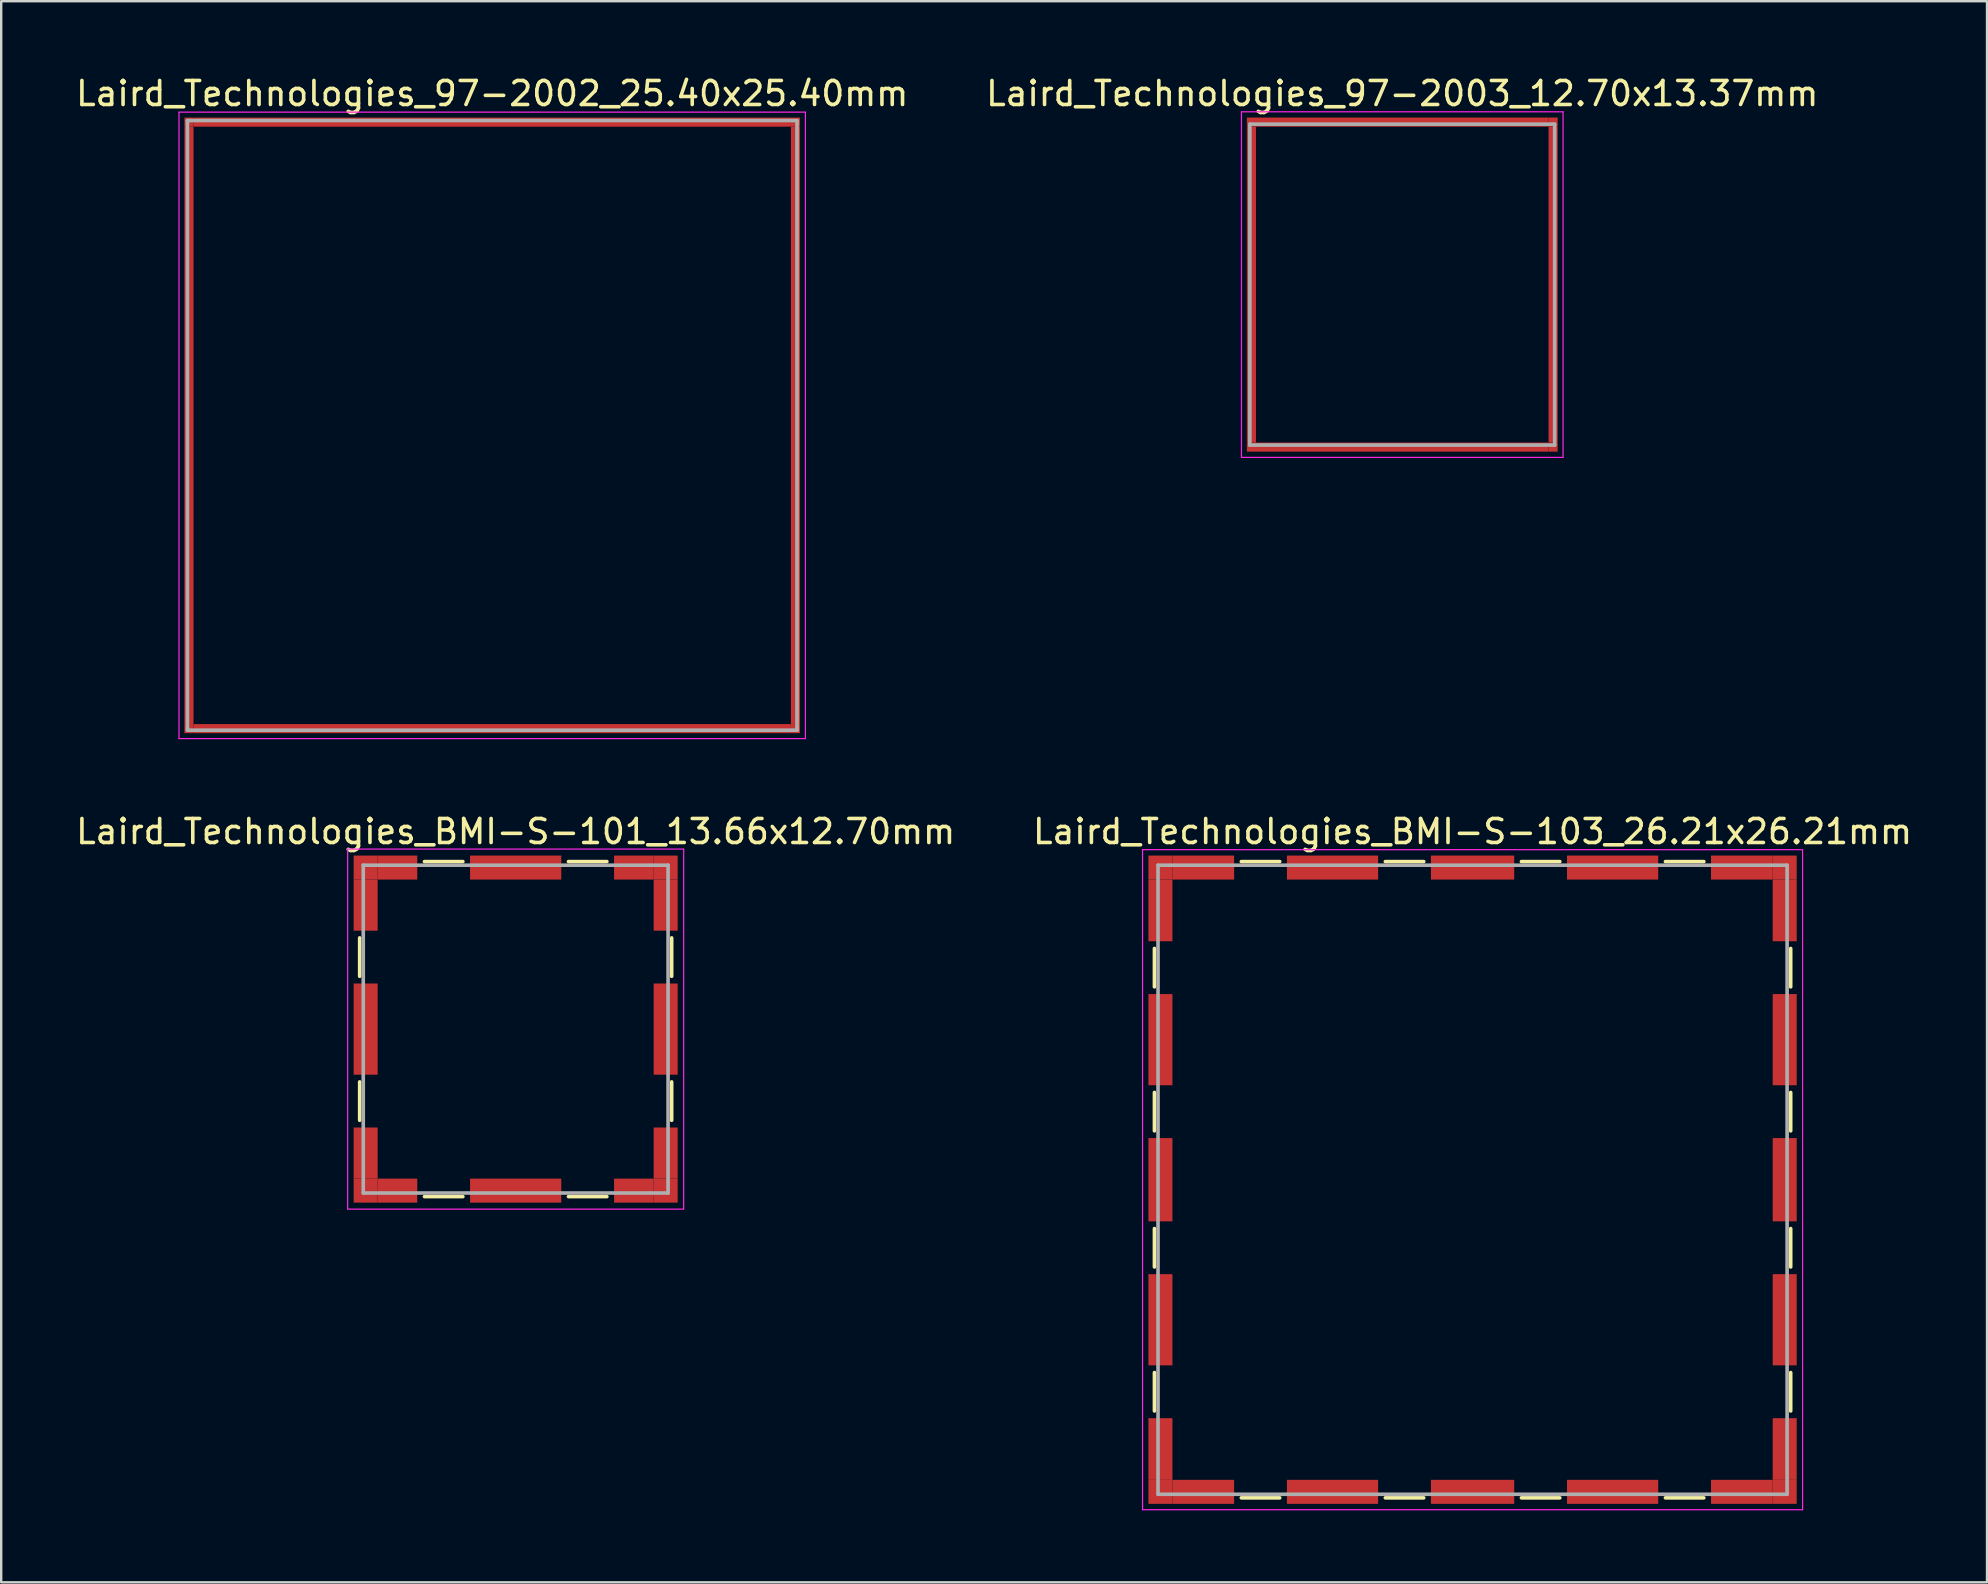
<source format=kicad_pcb>
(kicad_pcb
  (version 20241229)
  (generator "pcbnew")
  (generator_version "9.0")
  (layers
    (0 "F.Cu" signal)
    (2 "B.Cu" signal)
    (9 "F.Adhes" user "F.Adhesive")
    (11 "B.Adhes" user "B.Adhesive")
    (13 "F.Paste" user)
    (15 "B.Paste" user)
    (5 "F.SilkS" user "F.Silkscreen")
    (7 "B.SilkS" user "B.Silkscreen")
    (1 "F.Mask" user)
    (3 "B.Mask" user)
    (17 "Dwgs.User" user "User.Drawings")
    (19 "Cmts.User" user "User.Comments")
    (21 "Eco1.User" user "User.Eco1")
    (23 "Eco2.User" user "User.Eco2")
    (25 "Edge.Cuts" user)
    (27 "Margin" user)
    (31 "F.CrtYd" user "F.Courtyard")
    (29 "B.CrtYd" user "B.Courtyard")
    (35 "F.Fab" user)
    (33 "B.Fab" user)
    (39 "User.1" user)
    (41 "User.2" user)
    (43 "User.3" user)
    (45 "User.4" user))
  (footprint "Laird_Technologies_97-2002_25.40x25.40mm"
    (layer "F.Cu")
    (at 17.458 14.673)
    (property "Reference" "Laird_Technologies_97-2002_25.40x25.40mm" (at 0 -13.825 0) (layer "F.SilkS") (effects (font (size 1 1) (thickness 0.15))))
    (attr smd)
    (fp_line (start -13.05 -13.05) (end -13.05 13.05) (stroke (width 0.05) (type solid)) (layer "F.CrtYd"))
    (fp_line (start -13.05 13.05) (end 13.05 13.05) (stroke (width 0.05) (type solid)) (layer "F.CrtYd"))
    (fp_line (start 13.05 -13.05) (end -13.05 -13.05) (stroke (width 0.05) (type solid)) (layer "F.CrtYd"))
    (fp_line (start 13.05 13.05) (end 13.05 -13.05) (stroke (width 0.05) (type solid)) (layer "F.CrtYd"))
    (fp_line (start -12.7 -12.7) (end -12.7 12.7) (stroke (width 0.15) (type solid)) (layer "F.Fab"))
    (fp_line (start -12.7 12.7) (end 12.7 12.7) (stroke (width 0.15) (type solid)) (layer "F.Fab"))
    (fp_line (start 12.7 -12.7) (end -12.7 -12.7) (stroke (width 0.15) (type solid)) (layer "F.Fab"))
    (fp_line (start 12.7 12.7) (end 12.7 -12.7) (stroke (width 0.15) (type solid)) (layer "F.Fab"))
    (pad "1" smd rect (at -12.635 -12.635) (size 0.38 0.38) (layers "F.Cu" "F.Mask"))
    (pad "1" smd rect (at -12.635 0) (size 0.38 24.89) (layers "F.Cu" "F.Mask"))
    (pad "1" smd rect (at -12.635 12.635) (size 0.38 0.38) (layers "F.Cu" "F.Mask"))
    (pad "1" smd rect (at 0 -12.635) (size 24.89 0.38) (layers "F.Cu" "F.Mask"))
    (pad "1" smd rect (at 0 12.635) (size 24.89 0.38) (layers "F.Cu" "F.Mask"))
    (pad "1" smd rect (at 12.635 -12.635) (size 0.38 0.38) (layers "F.Cu" "F.Mask"))
    (pad "1" smd rect (at 12.635 0) (size 0.38 24.89) (layers "F.Cu" "F.Mask"))
    (pad "1" smd rect (at 12.635 12.635) (size 0.38 0.38) (layers "F.Cu" "F.Mask")))
  (footprint "Laird_Technologies_BMI-S-101_13.66x12.70mm"
    (layer "F.Cu")
    (at 18.435 39.827)
    (property "Reference" "Laird_Technologies_BMI-S-101_13.66x12.70mm" (at 0 -8.23 0) (layer "F.SilkS") (effects (font (size 1 1) (thickness 0.15))))
    (attr smd)
    (fp_line (start -6.5 -3.8) (end -6.5 -2.2) (stroke (width 0.15) (type solid)) (layer "F.SilkS"))
    (fp_line (start -6.5 2.2) (end -6.5 3.8) (stroke (width 0.15) (type solid)) (layer "F.SilkS"))
    (fp_line (start -3.8 -6.98) (end -2.2 -6.98) (stroke (width 0.15) (type solid)) (layer "F.SilkS"))
    (fp_line (start -3.8 6.98) (end -2.2 6.98) (stroke (width 0.15) (type solid)) (layer "F.SilkS"))
    (fp_line (start 2.2 -6.98) (end 3.8 -6.98) (stroke (width 0.15) (type solid)) (layer "F.SilkS"))
    (fp_line (start 2.2 6.98) (end 3.8 6.98) (stroke (width 0.15) (type solid)) (layer "F.SilkS"))
    (fp_line (start 6.5 -3.8) (end 6.5 -2.2) (stroke (width 0.15) (type solid)) (layer "F.SilkS"))
    (fp_line (start 6.5 2.2) (end 6.5 3.8) (stroke (width 0.15) (type solid)) (layer "F.SilkS"))
    (fp_line (start -7 -7.5) (end -7 7.5) (stroke (width 0.05) (type solid)) (layer "F.CrtYd"))
    (fp_line (start -7 7.5) (end 7 7.5) (stroke (width 0.05) (type solid)) (layer "F.CrtYd"))
    (fp_line (start 7 -7.5) (end -7 -7.5) (stroke (width 0.05) (type solid)) (layer "F.CrtYd"))
    (fp_line (start 7 7.5) (end 7 -7.5) (stroke (width 0.05) (type solid)) (layer "F.CrtYd"))
    (fp_line (start -6.35 -6.83) (end -6.35 6.83) (stroke (width 0.15) (type solid)) (layer "F.Fab"))
    (fp_line (start -6.35 6.83) (end 6.35 6.83) (stroke (width 0.15) (type solid)) (layer "F.Fab"))
    (fp_line (start 6.35 -6.83) (end -6.35 -6.83) (stroke (width 0.15) (type solid)) (layer "F.Fab"))
    (fp_line (start 6.35 6.83) (end 6.35 -6.83) (stroke (width 0.15) (type solid)) (layer "F.Fab"))
    (pad "1" smd rect (at -6.25 -6.73) (size 1 1) (layers "F.Cu" "F.Mask"))
    (pad "1" smd rect (at -6.25 -5.165) (size 1 2.13) (layers "F.Cu" "F.Mask"))
    (pad "1" smd rect (at -6.25 0) (size 1 3.8) (layers "F.Cu" "F.Mask"))
    (pad "1" smd rect (at -6.25 5.165) (size 1 2.13) (layers "F.Cu" "F.Mask"))
    (pad "1" smd rect (at -6.25 6.73) (size 1 1) (layers "F.Cu" "F.Mask"))
    (pad "1" smd rect (at -4.925 -6.73) (size 1.65 1) (layers "F.Cu" "F.Mask"))
    (pad "1" smd rect (at -4.925 6.73) (size 1.65 1) (layers "F.Cu" "F.Mask"))
    (pad "1" smd rect (at 0 -6.73) (size 3.8 1) (layers "F.Cu" "F.Mask"))
    (pad "1" smd rect (at 0 6.73) (size 3.8 1) (layers "F.Cu" "F.Mask"))
    (pad "1" smd rect (at 4.925 -6.73) (size 1.65 1) (layers "F.Cu" "F.Mask"))
    (pad "1" smd rect (at 4.925 6.73) (size 1.65 1) (layers "F.Cu" "F.Mask"))
    (pad "1" smd rect (at 6.25 -6.73) (size 1 1) (layers "F.Cu" "F.Mask"))
    (pad "1" smd rect (at 6.25 -5.165) (size 1 2.13) (layers "F.Cu" "F.Mask"))
    (pad "1" smd rect (at 6.25 0) (size 1 3.8) (layers "F.Cu" "F.Mask"))
    (pad "1" smd rect (at 6.25 5.165) (size 1 2.13) (layers "F.Cu" "F.Mask"))
    (pad "1" smd rect (at 6.25 6.73) (size 1 1) (layers "F.Cu" "F.Mask")))
  (footprint "Laird_Technologies_BMI-S-103_26.21x26.21mm"
    (layer "F.Cu")
    (at 58.304 46.102)
    (property "Reference" "Laird_Technologies_BMI-S-103_26.21x26.21mm" (at 0 -14.505 0) (layer "F.SilkS") (effects (font (size 1 1) (thickness 0.15))))
    (attr smd)
    (fp_line (start -13.255 -9.635) (end -13.255 -8.035) (stroke (width 0.15) (type solid)) (layer "F.SilkS"))
    (fp_line (start -13.255 -3.635) (end -13.255 -2.035) (stroke (width 0.15) (type solid)) (layer "F.SilkS"))
    (fp_line (start -13.255 2.035) (end -13.255 3.635) (stroke (width 0.15) (type solid)) (layer "F.SilkS"))
    (fp_line (start -13.255 8.035) (end -13.255 9.635) (stroke (width 0.15) (type solid)) (layer "F.SilkS"))
    (fp_line (start -9.635 -13.255) (end -8.035 -13.255) (stroke (width 0.15) (type solid)) (layer "F.SilkS"))
    (fp_line (start -9.635 13.255) (end -8.035 13.255) (stroke (width 0.15) (type solid)) (layer "F.SilkS"))
    (fp_line (start -3.635 -13.255) (end -2.035 -13.255) (stroke (width 0.15) (type solid)) (layer "F.SilkS"))
    (fp_line (start -3.635 13.255) (end -2.035 13.255) (stroke (width 0.15) (type solid)) (layer "F.SilkS"))
    (fp_line (start 2.035 -13.255) (end 3.635 -13.255) (stroke (width 0.15) (type solid)) (layer "F.SilkS"))
    (fp_line (start 2.035 13.255) (end 3.635 13.255) (stroke (width 0.15) (type solid)) (layer "F.SilkS"))
    (fp_line (start 8.035 -13.255) (end 9.635 -13.255) (stroke (width 0.15) (type solid)) (layer "F.SilkS"))
    (fp_line (start 8.035 13.255) (end 9.635 13.255) (stroke (width 0.15) (type solid)) (layer "F.SilkS"))
    (fp_line (start 13.255 -9.635) (end 13.255 -8.035) (stroke (width 0.15) (type solid)) (layer "F.SilkS"))
    (fp_line (start 13.255 -3.635) (end 13.255 -2.035) (stroke (width 0.15) (type solid)) (layer "F.SilkS"))
    (fp_line (start 13.255 2.035) (end 13.255 3.635) (stroke (width 0.15) (type solid)) (layer "F.SilkS"))
    (fp_line (start 13.255 8.035) (end 13.255 9.635) (stroke (width 0.15) (type solid)) (layer "F.SilkS"))
    (fp_line (start -13.75 -13.75) (end -13.75 13.75) (stroke (width 0.05) (type solid)) (layer "F.CrtYd"))
    (fp_line (start -13.75 13.75) (end 13.75 13.75) (stroke (width 0.05) (type solid)) (layer "F.CrtYd"))
    (fp_line (start 13.75 -13.75) (end -13.75 -13.75) (stroke (width 0.05) (type solid)) (layer "F.CrtYd"))
    (fp_line (start 13.75 13.75) (end 13.75 -13.75) (stroke (width 0.05) (type solid)) (layer "F.CrtYd"))
    (fp_line (start -13.105 -13.105) (end -13.105 13.105) (stroke (width 0.15) (type solid)) (layer "F.Fab"))
    (fp_line (start -13.105 13.105) (end 13.105 13.105) (stroke (width 0.15) (type solid)) (layer "F.Fab"))
    (fp_line (start 13.105 -13.105) (end -13.105 -13.105) (stroke (width 0.15) (type solid)) (layer "F.Fab"))
    (fp_line (start 13.105 13.105) (end 13.105 -13.105) (stroke (width 0.15) (type solid)) (layer "F.Fab"))
    (pad "1" smd rect (at -13.005 -13.005) (size 1 1) (layers "F.Cu" "F.Mask"))
    (pad "1" smd rect (at -13.005 -11.22) (size 1 2.57) (layers "F.Cu" "F.Mask"))
    (pad "1" smd rect (at -13.005 -5.835) (size 1 3.8) (layers "F.Cu" "F.Mask"))
    (pad "1" smd rect (at -13.005 0) (size 1 3.47) (layers "F.Cu" "F.Mask"))
    (pad "1" smd rect (at -13.005 5.835) (size 1 3.8) (layers "F.Cu" "F.Mask"))
    (pad "1" smd rect (at -13.005 11.22) (size 1 2.57) (layers "F.Cu" "F.Mask"))
    (pad "1" smd rect (at -13.005 13.005) (size 1 1) (layers "F.Cu" "F.Mask"))
    (pad "1" smd rect (at -11.22 -13.005) (size 2.57 1) (layers "F.Cu" "F.Mask"))
    (pad "1" smd rect (at -11.22 13.005) (size 2.57 1) (layers "F.Cu" "F.Mask"))
    (pad "1" smd rect (at -5.835 -13.005) (size 3.8 1) (layers "F.Cu" "F.Mask"))
    (pad "1" smd rect (at -5.835 13.005) (size 3.8 1) (layers "F.Cu" "F.Mask"))
    (pad "1" smd rect (at 0 -13.005) (size 3.47 1) (layers "F.Cu" "F.Mask"))
    (pad "1" smd rect (at 0 13.005) (size 3.47 1) (layers "F.Cu" "F.Mask"))
    (pad "1" smd rect (at 5.835 -13.005) (size 3.8 1) (layers "F.Cu" "F.Mask"))
    (pad "1" smd rect (at 5.835 13.005) (size 3.8 1) (layers "F.Cu" "F.Mask"))
    (pad "1" smd rect (at 11.22 -13.005) (size 2.57 1) (layers "F.Cu" "F.Mask"))
    (pad "1" smd rect (at 11.22 13.005) (size 2.57 1) (layers "F.Cu" "F.Mask"))
    (pad "1" smd rect (at 13.005 -13.005) (size 1 1) (layers "F.Cu" "F.Mask"))
    (pad "1" smd rect (at 13.005 -11.22) (size 1 2.57) (layers "F.Cu" "F.Mask"))
    (pad "1" smd rect (at 13.005 -5.835) (size 1 3.8) (layers "F.Cu" "F.Mask"))
    (pad "1" smd rect (at 13.005 0) (size 1 3.47) (layers "F.Cu" "F.Mask"))
    (pad "1" smd rect (at 13.005 5.835) (size 1 3.8) (layers "F.Cu" "F.Mask"))
    (pad "1" smd rect (at 13.005 11.22) (size 1 2.57) (layers "F.Cu" "F.Mask"))
    (pad "1" smd rect (at 13.005 13.005) (size 1 1) (layers "F.Cu" "F.Mask")))
  (footprint "Laird_Technologies_97-2003_12.70x13.37mm"
    (layer "F.Cu")
    (at 55.375 8.808)
    (property "Reference" "Laird_Technologies_97-2003_12.70x13.37mm" (at 0 -7.96 0) (layer "F.SilkS") (effects (font (size 1 1) (thickness 0.15))))
    (attr smd)
    (fp_line (start -6.7 -7.2) (end -6.7 7.2) (stroke (width 0.05) (type solid)) (layer "F.CrtYd"))
    (fp_line (start -6.7 7.2) (end 6.7 7.2) (stroke (width 0.05) (type solid)) (layer "F.CrtYd"))
    (fp_line (start 6.7 -7.2) (end -6.7 -7.2) (stroke (width 0.05) (type solid)) (layer "F.CrtYd"))
    (fp_line (start 6.7 7.2) (end 6.7 -7.2) (stroke (width 0.05) (type solid)) (layer "F.CrtYd"))
    (fp_line (start -6.35 -6.685) (end -6.35 6.685) (stroke (width 0.15) (type solid)) (layer "F.Fab"))
    (fp_line (start -6.35 6.685) (end 6.35 6.685) (stroke (width 0.15) (type solid)) (layer "F.Fab"))
    (fp_line (start 6.35 -6.685) (end -6.35 -6.685) (stroke (width 0.15) (type solid)) (layer "F.Fab"))
    (fp_line (start 6.35 6.685) (end 6.35 -6.685) (stroke (width 0.15) (type solid)) (layer "F.Fab"))
    (pad "1" smd rect (at -6.285 -6.77) (size 0.38 0.38) (layers "F.Cu" "F.Mask"))
    (pad "1" smd rect (at -6.285 0) (size 0.38 13.16) (layers "F.Cu" "F.Mask"))
    (pad "1" smd rect (at -6.285 6.77) (size 0.38 0.38) (layers "F.Cu" "F.Mask"))
    (pad "1" smd rect (at 0 -6.77) (size 12.19 0.38) (layers "F.Cu" "F.Mask"))
    (pad "1" smd rect (at 0 6.77) (size 12.19 0.38) (layers "F.Cu" "F.Mask"))
    (pad "1" smd rect (at 6.285 -6.77) (size 0.38 0.38) (layers "F.Cu" "F.Mask"))
    (pad "1" smd rect (at 6.285 0) (size 0.38 13.16) (layers "F.Cu" "F.Mask"))
    (pad "1" smd rect (at 6.285 6.77) (size 0.38 0.38) (layers "F.Cu" "F.Mask")))
  (gr_rect
    (start -3 -3)
    (end 79.738 62.877)
    (stroke (width 0.1) (type default))
    (fill no)
    (layer "Edge.Cuts")))
</source>
